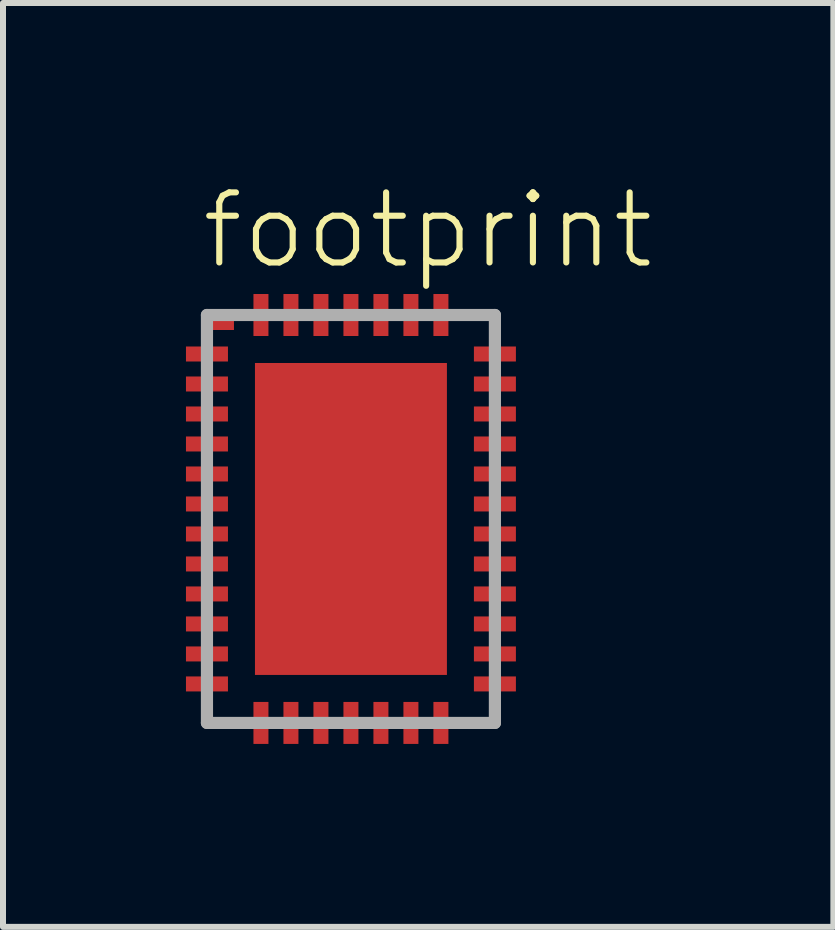
<source format=kicad_pcb>
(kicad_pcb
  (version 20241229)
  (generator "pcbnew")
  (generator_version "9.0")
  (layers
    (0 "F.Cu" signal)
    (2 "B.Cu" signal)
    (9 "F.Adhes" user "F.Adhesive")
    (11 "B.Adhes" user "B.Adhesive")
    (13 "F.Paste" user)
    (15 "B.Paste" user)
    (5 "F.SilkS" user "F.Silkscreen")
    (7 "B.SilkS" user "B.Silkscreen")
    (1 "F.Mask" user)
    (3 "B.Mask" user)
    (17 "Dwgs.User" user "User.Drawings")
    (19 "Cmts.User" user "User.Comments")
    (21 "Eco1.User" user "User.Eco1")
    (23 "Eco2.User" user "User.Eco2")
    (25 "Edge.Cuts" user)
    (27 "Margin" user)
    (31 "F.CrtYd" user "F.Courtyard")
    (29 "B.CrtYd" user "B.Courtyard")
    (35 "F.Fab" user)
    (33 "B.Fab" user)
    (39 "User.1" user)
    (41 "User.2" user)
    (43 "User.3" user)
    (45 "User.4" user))
  (footprint "footprint"
    (layer "F.Cu")
    (at 2.8 5.601)
    (property "Reference" "footprint" (at -2.54 -4.128 0) (layer "F.SilkS") (effects (font (size 1.168 1.168) (thickness 0.102)) (justify left bottom)))
    (fp_poly (pts (xy -2.375 -3.15) (xy -1.95 -3.15) (xy -1.95 -3.375) (xy -2.375 -3.375)) (stroke (width 0) (type solid)) (fill yes) (layer "F.Cu"))
    (fp_poly (pts (xy -2.8 -2.575) (xy -2 -2.575) (xy -2 -2.925) (xy -2.8 -2.925)) (stroke (width 0) (type solid)) (fill yes) (layer "F.Mask"))
    (fp_poly (pts (xy -2.8 -2.075) (xy -2 -2.075) (xy -2 -2.425) (xy -2.8 -2.425)) (stroke (width 0) (type solid)) (fill yes) (layer "F.Mask"))
    (fp_poly (pts (xy -2.8 -1.575) (xy -2 -1.575) (xy -2 -1.925) (xy -2.8 -1.925)) (stroke (width 0) (type solid)) (fill yes) (layer "F.Mask"))
    (fp_poly (pts (xy -2.8 -1.075) (xy -2 -1.075) (xy -2 -1.425) (xy -2.8 -1.425)) (stroke (width 0) (type solid)) (fill yes) (layer "F.Mask"))
    (fp_poly (pts (xy -2.8 -0.575) (xy -2 -0.575) (xy -2 -0.925) (xy -2.8 -0.925)) (stroke (width 0) (type solid)) (fill yes) (layer "F.Mask"))
    (fp_poly (pts (xy -2.8 -0.075) (xy -2 -0.075) (xy -2 -0.425) (xy -2.8 -0.425)) (stroke (width 0) (type solid)) (fill yes) (layer "F.Mask"))
    (fp_poly (pts (xy -2.8 0.425) (xy -2 0.425) (xy -2 0.075) (xy -2.8 0.075)) (stroke (width 0) (type solid)) (fill yes) (layer "F.Mask"))
    (fp_poly (pts (xy -2.8 0.925) (xy -2 0.925) (xy -2 0.575) (xy -2.8 0.575)) (stroke (width 0) (type solid)) (fill yes) (layer "F.Mask"))
    (fp_poly (pts (xy -2.8 1.425) (xy -2 1.425) (xy -2 1.075) (xy -2.8 1.075)) (stroke (width 0) (type solid)) (fill yes) (layer "F.Mask"))
    (fp_poly (pts (xy -2.8 1.925) (xy -2 1.925) (xy -2 1.575) (xy -2.8 1.575)) (stroke (width 0) (type solid)) (fill yes) (layer "F.Mask"))
    (fp_poly (pts (xy -2.8 2.425) (xy -2 2.425) (xy -2 2.075) (xy -2.8 2.075)) (stroke (width 0) (type solid)) (fill yes) (layer "F.Mask"))
    (fp_poly (pts (xy -2.8 2.925) (xy -2 2.925) (xy -2 2.575) (xy -2.8 2.575)) (stroke (width 0) (type solid)) (fill yes) (layer "F.Mask"))
    (fp_poly (pts (xy -1.675 -3.8) (xy -1.675 -3) (xy -1.325 -3) (xy -1.325 -3.8)) (stroke (width 0) (type solid)) (fill yes) (layer "F.Mask"))
    (fp_poly (pts (xy -1.675 2.65) (xy 1.65 2.65) (xy 1.65 -2.65) (xy -1.675 -2.65)) (stroke (width 0) (type solid)) (fill yes) (layer "F.Mask"))
    (fp_poly (pts (xy -1.325 3.8) (xy -1.325 3) (xy -1.675 3) (xy -1.675 3.8)) (stroke (width 0) (type solid)) (fill yes) (layer "F.Mask"))
    (fp_poly (pts (xy -1.175 -3.8) (xy -1.175 -3) (xy -0.825 -3) (xy -0.825 -3.8)) (stroke (width 0) (type solid)) (fill yes) (layer "F.Mask"))
    (fp_poly (pts (xy -0.825 3.8) (xy -0.825 3) (xy -1.175 3) (xy -1.175 3.8)) (stroke (width 0) (type solid)) (fill yes) (layer "F.Mask"))
    (fp_poly (pts (xy -0.675 -3.8) (xy -0.675 -3) (xy -0.325 -3) (xy -0.325 -3.8)) (stroke (width 0) (type solid)) (fill yes) (layer "F.Mask"))
    (fp_poly (pts (xy -0.325 3.8) (xy -0.325 3) (xy -0.675 3) (xy -0.675 3.8)) (stroke (width 0) (type solid)) (fill yes) (layer "F.Mask"))
    (fp_poly (pts (xy -0.175 -3.8) (xy -0.175 -3) (xy 0.175 -3) (xy 0.175 -3.8)) (stroke (width 0) (type solid)) (fill yes) (layer "F.Mask"))
    (fp_poly (pts (xy 0.175 3.8) (xy 0.175 3) (xy -0.175 3) (xy -0.175 3.8)) (stroke (width 0) (type solid)) (fill yes) (layer "F.Mask"))
    (fp_poly (pts (xy 0.325 -3.8) (xy 0.325 -3) (xy 0.675 -3) (xy 0.675 -3.8)) (stroke (width 0) (type solid)) (fill yes) (layer "F.Mask"))
    (fp_poly (pts (xy 0.675 3.8) (xy 0.675 3) (xy 0.325 3) (xy 0.325 3.8)) (stroke (width 0) (type solid)) (fill yes) (layer "F.Mask"))
    (fp_poly (pts (xy 0.825 -3.8) (xy 0.825 -3) (xy 1.175 -3) (xy 1.175 -3.8)) (stroke (width 0) (type solid)) (fill yes) (layer "F.Mask"))
    (fp_poly (pts (xy 1.175 3.8) (xy 1.175 3) (xy 0.825 3) (xy 0.825 3.8)) (stroke (width 0) (type solid)) (fill yes) (layer "F.Mask"))
    (fp_poly (pts (xy 1.325 -3.8) (xy 1.325 -3) (xy 1.675 -3) (xy 1.675 -3.8)) (stroke (width 0) (type solid)) (fill yes) (layer "F.Mask"))
    (fp_poly (pts (xy 1.675 3.8) (xy 1.675 3) (xy 1.325 3) (xy 1.325 3.8)) (stroke (width 0) (type solid)) (fill yes) (layer "F.Mask"))
    (fp_poly (pts (xy 2.8 -2.925) (xy 2 -2.925) (xy 2 -2.575) (xy 2.8 -2.575)) (stroke (width 0) (type solid)) (fill yes) (layer "F.Mask"))
    (fp_poly (pts (xy 2.8 -2.425) (xy 2 -2.425) (xy 2 -2.075) (xy 2.8 -2.075)) (stroke (width 0) (type solid)) (fill yes) (layer "F.Mask"))
    (fp_poly (pts (xy 2.8 -1.925) (xy 2 -1.925) (xy 2 -1.575) (xy 2.8 -1.575)) (stroke (width 0) (type solid)) (fill yes) (layer "F.Mask"))
    (fp_poly (pts (xy 2.8 -1.425) (xy 2 -1.425) (xy 2 -1.075) (xy 2.8 -1.075)) (stroke (width 0) (type solid)) (fill yes) (layer "F.Mask"))
    (fp_poly (pts (xy 2.8 -0.925) (xy 2 -0.925) (xy 2 -0.575) (xy 2.8 -0.575)) (stroke (width 0) (type solid)) (fill yes) (layer "F.Mask"))
    (fp_poly (pts (xy 2.8 -0.425) (xy 2 -0.425) (xy 2 -0.075) (xy 2.8 -0.075)) (stroke (width 0) (type solid)) (fill yes) (layer "F.Mask"))
    (fp_poly (pts (xy 2.8 0.075) (xy 2 0.075) (xy 2 0.425) (xy 2.8 0.425)) (stroke (width 0) (type solid)) (fill yes) (layer "F.Mask"))
    (fp_poly (pts (xy 2.8 0.575) (xy 2 0.575) (xy 2 0.925) (xy 2.8 0.925)) (stroke (width 0) (type solid)) (fill yes) (layer "F.Mask"))
    (fp_poly (pts (xy 2.8 1.075) (xy 2 1.075) (xy 2 1.425) (xy 2.8 1.425)) (stroke (width 0) (type solid)) (fill yes) (layer "F.Mask"))
    (fp_poly (pts (xy 2.8 1.575) (xy 2 1.575) (xy 2 1.925) (xy 2.8 1.925)) (stroke (width 0) (type solid)) (fill yes) (layer "F.Mask"))
    (fp_poly (pts (xy 2.8 2.075) (xy 2 2.075) (xy 2 2.425) (xy 2.8 2.425)) (stroke (width 0) (type solid)) (fill yes) (layer "F.Mask"))
    (fp_poly (pts (xy 2.8 2.575) (xy 2 2.575) (xy 2 2.925) (xy 2.8 2.925)) (stroke (width 0) (type solid)) (fill yes) (layer "F.Mask"))
    (fp_poly (pts (xy -2.725 -2.65) (xy -2.1 -2.65) (xy -2.1 -2.85) (xy -2.725 -2.85)) (stroke (width 0) (type solid)) (fill yes) (layer "F.Paste"))
    (fp_poly (pts (xy -2.725 -2.15) (xy -2.1 -2.15) (xy -2.1 -2.35) (xy -2.725 -2.35)) (stroke (width 0) (type solid)) (fill yes) (layer "F.Paste"))
    (fp_poly (pts (xy -2.725 -1.65) (xy -2.1 -1.65) (xy -2.1 -1.85) (xy -2.725 -1.85)) (stroke (width 0) (type solid)) (fill yes) (layer "F.Paste"))
    (fp_poly (pts (xy -2.725 -1.15) (xy -2.1 -1.15) (xy -2.1 -1.35) (xy -2.725 -1.35)) (stroke (width 0) (type solid)) (fill yes) (layer "F.Paste"))
    (fp_poly (pts (xy -2.725 -0.65) (xy -2.1 -0.65) (xy -2.1 -0.85) (xy -2.725 -0.85)) (stroke (width 0) (type solid)) (fill yes) (layer "F.Paste"))
    (fp_poly (pts (xy -2.725 -0.15) (xy -2.1 -0.15) (xy -2.1 -0.35) (xy -2.725 -0.35)) (stroke (width 0) (type solid)) (fill yes) (layer "F.Paste"))
    (fp_poly (pts (xy -2.725 0.35) (xy -2.1 0.35) (xy -2.1 0.15) (xy -2.725 0.15)) (stroke (width 0) (type solid)) (fill yes) (layer "F.Paste"))
    (fp_poly (pts (xy -2.725 0.85) (xy -2.1 0.85) (xy -2.1 0.65) (xy -2.725 0.65)) (stroke (width 0) (type solid)) (fill yes) (layer "F.Paste"))
    (fp_poly (pts (xy -2.725 1.35) (xy -2.1 1.35) (xy -2.1 1.15) (xy -2.725 1.15)) (stroke (width 0) (type solid)) (fill yes) (layer "F.Paste"))
    (fp_poly (pts (xy -2.725 1.85) (xy -2.1 1.85) (xy -2.1 1.65) (xy -2.725 1.65)) (stroke (width 0) (type solid)) (fill yes) (layer "F.Paste"))
    (fp_poly (pts (xy -2.725 2.35) (xy -2.1 2.35) (xy -2.1 2.15) (xy -2.725 2.15)) (stroke (width 0) (type solid)) (fill yes) (layer "F.Paste"))
    (fp_poly (pts (xy -2.725 2.85) (xy -2.1 2.85) (xy -2.1 2.65) (xy -2.725 2.65)) (stroke (width 0) (type solid)) (fill yes) (layer "F.Paste"))
    (fp_poly (pts (xy -1.6 -3.725) (xy -1.6 -3.1) (xy -1.4 -3.1) (xy -1.4 -3.725)) (stroke (width 0) (type solid)) (fill yes) (layer "F.Paste"))
    (fp_poly (pts (xy -1.525 2.525) (xy 1.525 2.525) (xy 1.525 -2.525) (xy -1.525 -2.525)) (stroke (width 0) (type solid)) (fill yes) (layer "F.Paste"))
    (fp_poly (pts (xy -1.4 3.725) (xy -1.4 3.1) (xy -1.6 3.1) (xy -1.6 3.725)) (stroke (width 0) (type solid)) (fill yes) (layer "F.Paste"))
    (fp_poly (pts (xy -1.1 -3.725) (xy -1.1 -3.1) (xy -0.9 -3.1) (xy -0.9 -3.725)) (stroke (width 0) (type solid)) (fill yes) (layer "F.Paste"))
    (fp_poly (pts (xy -0.9 3.725) (xy -0.9 3.1) (xy -1.1 3.1) (xy -1.1 3.725)) (stroke (width 0) (type solid)) (fill yes) (layer "F.Paste"))
    (fp_poly (pts (xy -0.6 -3.725) (xy -0.6 -3.1) (xy -0.4 -3.1) (xy -0.4 -3.725)) (stroke (width 0) (type solid)) (fill yes) (layer "F.Paste"))
    (fp_poly (pts (xy -0.4 3.725) (xy -0.4 3.1) (xy -0.6 3.1) (xy -0.6 3.725)) (stroke (width 0) (type solid)) (fill yes) (layer "F.Paste"))
    (fp_poly (pts (xy -0.1 -3.725) (xy -0.1 -3.1) (xy 0.1 -3.1) (xy 0.1 -3.725)) (stroke (width 0) (type solid)) (fill yes) (layer "F.Paste"))
    (fp_poly (pts (xy 0.1 3.725) (xy 0.1 3.1) (xy -0.1 3.1) (xy -0.1 3.725)) (stroke (width 0) (type solid)) (fill yes) (layer "F.Paste"))
    (fp_poly (pts (xy 0.4 -3.725) (xy 0.4 -3.1) (xy 0.6 -3.1) (xy 0.6 -3.725)) (stroke (width 0) (type solid)) (fill yes) (layer "F.Paste"))
    (fp_poly (pts (xy 0.6 3.725) (xy 0.6 3.1) (xy 0.4 3.1) (xy 0.4 3.725)) (stroke (width 0) (type solid)) (fill yes) (layer "F.Paste"))
    (fp_poly (pts (xy 0.9 -3.725) (xy 0.9 -3.1) (xy 1.1 -3.1) (xy 1.1 -3.725)) (stroke (width 0) (type solid)) (fill yes) (layer "F.Paste"))
    (fp_poly (pts (xy 1.1 3.725) (xy 1.1 3.1) (xy 0.9 3.1) (xy 0.9 3.725)) (stroke (width 0) (type solid)) (fill yes) (layer "F.Paste"))
    (fp_poly (pts (xy 1.4 -3.725) (xy 1.4 -3.1) (xy 1.6 -3.1) (xy 1.6 -3.725)) (stroke (width 0) (type solid)) (fill yes) (layer "F.Paste"))
    (fp_poly (pts (xy 1.6 3.725) (xy 1.6 3.1) (xy 1.4 3.1) (xy 1.4 3.725)) (stroke (width 0) (type solid)) (fill yes) (layer "F.Paste"))
    (fp_poly (pts (xy 2.725 -2.85) (xy 2.1 -2.85) (xy 2.1 -2.65) (xy 2.725 -2.65)) (stroke (width 0) (type solid)) (fill yes) (layer "F.Paste"))
    (fp_poly (pts (xy 2.725 -2.35) (xy 2.1 -2.35) (xy 2.1 -2.15) (xy 2.725 -2.15)) (stroke (width 0) (type solid)) (fill yes) (layer "F.Paste"))
    (fp_poly (pts (xy 2.725 -1.85) (xy 2.1 -1.85) (xy 2.1 -1.65) (xy 2.725 -1.65)) (stroke (width 0) (type solid)) (fill yes) (layer "F.Paste"))
    (fp_poly (pts (xy 2.725 -1.35) (xy 2.1 -1.35) (xy 2.1 -1.15) (xy 2.725 -1.15)) (stroke (width 0) (type solid)) (fill yes) (layer "F.Paste"))
    (fp_poly (pts (xy 2.725 -0.85) (xy 2.1 -0.85) (xy 2.1 -0.65) (xy 2.725 -0.65)) (stroke (width 0) (type solid)) (fill yes) (layer "F.Paste"))
    (fp_poly (pts (xy 2.725 -0.35) (xy 2.1 -0.35) (xy 2.1 -0.15) (xy 2.725 -0.15)) (stroke (width 0) (type solid)) (fill yes) (layer "F.Paste"))
    (fp_poly (pts (xy 2.725 0.15) (xy 2.1 0.15) (xy 2.1 0.35) (xy 2.725 0.35)) (stroke (width 0) (type solid)) (fill yes) (layer "F.Paste"))
    (fp_poly (pts (xy 2.725 0.65) (xy 2.1 0.65) (xy 2.1 0.85) (xy 2.725 0.85)) (stroke (width 0) (type solid)) (fill yes) (layer "F.Paste"))
    (fp_poly (pts (xy 2.725 1.15) (xy 2.1 1.15) (xy 2.1 1.35) (xy 2.725 1.35)) (stroke (width 0) (type solid)) (fill yes) (layer "F.Paste"))
    (fp_poly (pts (xy 2.725 1.65) (xy 2.1 1.65) (xy 2.1 1.85) (xy 2.725 1.85)) (stroke (width 0) (type solid)) (fill yes) (layer "F.Paste"))
    (fp_poly (pts (xy 2.725 2.15) (xy 2.1 2.15) (xy 2.1 2.35) (xy 2.725 2.35)) (stroke (width 0) (type solid)) (fill yes) (layer "F.Paste"))
    (fp_poly (pts (xy 2.725 2.65) (xy 2.1 2.65) (xy 2.1 2.85) (xy 2.725 2.85)) (stroke (width 0) (type solid)) (fill yes) (layer "F.Paste"))
    (fp_line (start -2.4 -3.4) (end 2.4 -3.4) (stroke (width 0.203) (type solid)) (layer "F.Fab"))
    (fp_line (start -2.4 3.4) (end -2.4 -3.4) (stroke (width 0.203) (type solid)) (layer "F.Fab"))
    (fp_line (start 2.4 -3.4) (end 2.4 3.4) (stroke (width 0.203) (type solid)) (layer "F.Fab"))
    (fp_line (start 2.4 3.4) (end -2.4 3.4) (stroke (width 0.203) (type solid)) (layer "F.Fab"))
    (pad "1" smd rect (at -2.4 -2.75) (size 0.7 0.25) (layers "F.Cu"))
    (pad "2" smd rect (at -2.4 -2.25) (size 0.7 0.25) (layers "F.Cu"))
    (pad "3" smd rect (at -2.4 -1.75) (size 0.7 0.25) (layers "F.Cu"))
    (pad "4" smd rect (at -2.4 -1.25) (size 0.7 0.25) (layers "F.Cu"))
    (pad "5" smd rect (at -2.4 -0.75) (size 0.7 0.25) (layers "F.Cu"))
    (pad "6" smd rect (at -2.4 -0.25) (size 0.7 0.25) (layers "F.Cu"))
    (pad "7" smd rect (at -2.4 0.25) (size 0.7 0.25) (layers "F.Cu"))
    (pad "8" smd rect (at -2.4 0.75) (size 0.7 0.25) (layers "F.Cu"))
    (pad "9" smd rect (at -2.4 1.25) (size 0.7 0.25) (layers "F.Cu"))
    (pad "10" smd rect (at -2.4 1.75) (size 0.7 0.25) (layers "F.Cu"))
    (pad "11" smd rect (at -2.4 2.25) (size 0.7 0.25) (layers "F.Cu"))
    (pad "12" smd rect (at -2.4 2.75) (size 0.7 0.25) (layers "F.Cu"))
    (pad "13" smd rect (at -1.5 3.4 90) (size 0.7 0.25) (layers "F.Cu"))
    (pad "14" smd rect (at -1 3.4 90) (size 0.7 0.25) (layers "F.Cu"))
    (pad "15" smd rect (at -0.5 3.4 90) (size 0.7 0.25) (layers "F.Cu"))
    (pad "16" smd rect (at 0 3.4 90) (size 0.7 0.25) (layers "F.Cu"))
    (pad "17" smd rect (at 0.5 3.4 90) (size 0.7 0.25) (layers "F.Cu"))
    (pad "18" smd rect (at 1 3.4 90) (size 0.7 0.25) (layers "F.Cu"))
    (pad "19" smd rect (at 1.5 3.4 90) (size 0.7 0.25) (layers "F.Cu"))
    (pad "20" smd rect (at 2.4 2.75 180) (size 0.7 0.25) (layers "F.Cu"))
    (pad "21" smd rect (at 2.4 2.25 180) (size 0.7 0.25) (layers "F.Cu"))
    (pad "22" smd rect (at 2.4 1.75 180) (size 0.7 0.25) (layers "F.Cu"))
    (pad "23" smd rect (at 2.4 1.25 180) (size 0.7 0.25) (layers "F.Cu"))
    (pad "24" smd rect (at 2.4 0.75 180) (size 0.7 0.25) (layers "F.Cu"))
    (pad "25" smd rect (at 2.4 0.25 180) (size 0.7 0.25) (layers "F.Cu"))
    (pad "26" smd rect (at 2.4 -0.25 180) (size 0.7 0.25) (layers "F.Cu"))
    (pad "27" smd rect (at 2.4 -0.75 180) (size 0.7 0.25) (layers "F.Cu"))
    (pad "28" smd rect (at 2.4 -1.25 180) (size 0.7 0.25) (layers "F.Cu"))
    (pad "29" smd rect (at 2.4 -1.75 180) (size 0.7 0.25) (layers "F.Cu"))
    (pad "30" smd rect (at 2.4 -2.25 180) (size 0.7 0.25) (layers "F.Cu"))
    (pad "31" smd rect (at 2.4 -2.75 180) (size 0.7 0.25) (layers "F.Cu"))
    (pad "32" smd rect (at 1.5 -3.4 270) (size 0.7 0.25) (layers "F.Cu"))
    (pad "33" smd rect (at 1 -3.4 270) (size 0.7 0.25) (layers "F.Cu"))
    (pad "34" smd rect (at 0.5 -3.4 270) (size 0.7 0.25) (layers "F.Cu"))
    (pad "35" smd rect (at 0 -3.4 270) (size 0.7 0.25) (layers "F.Cu"))
    (pad "36" smd rect (at -0.5 -3.4 270) (size 0.7 0.25) (layers "F.Cu"))
    (pad "37" smd rect (at -1 -3.4 270) (size 0.7 0.25) (layers "F.Cu"))
    (pad "38" smd rect (at -1.5 -3.4 270) (size 0.7 0.25) (layers "F.Cu"))
    (pad "EXP" smd rect (at 0 0) (size 3.2 5.2) (layers "F.Cu")))
  (gr_rect
    (start -3 -3)
    (end 10.842 12.401)
    (stroke (width 0.1) (type default))
    (fill no)
    (layer "Edge.Cuts")))
</source>
